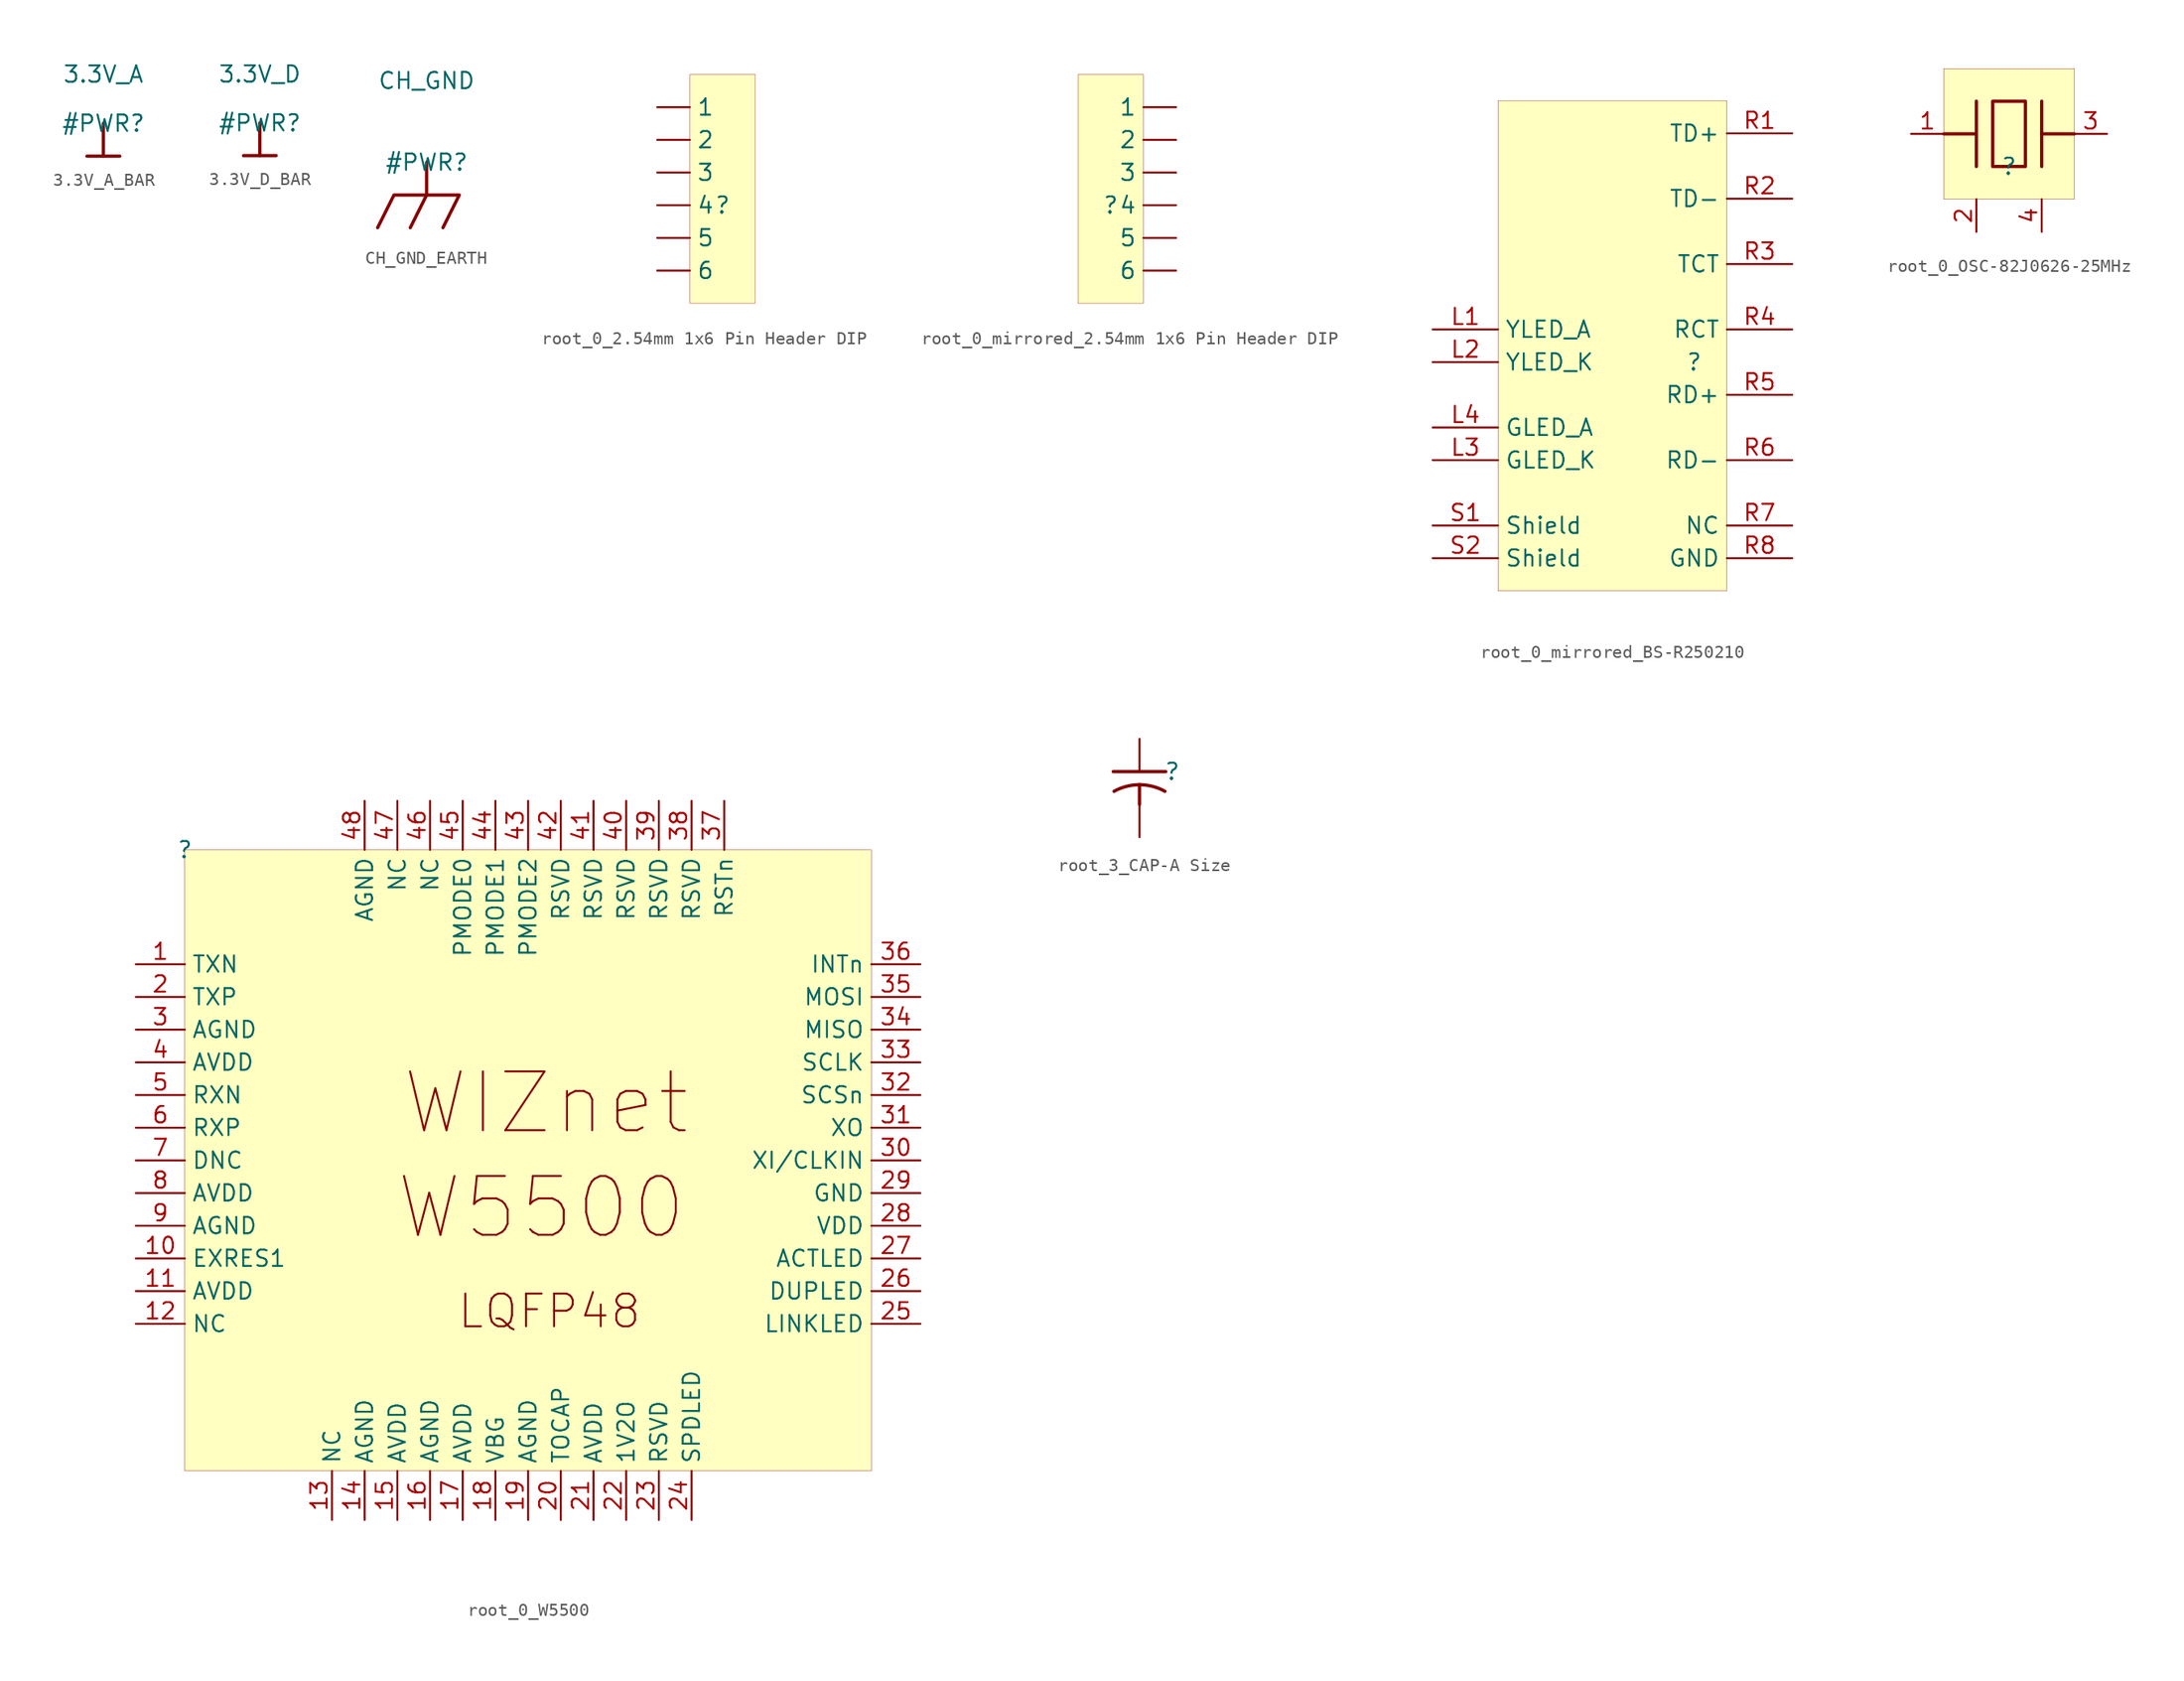
<source format=kicad_sym>
(kicad_symbol_lib
  (version 20231120)
  (generator "kicad_symbol_editor")
  (generator_version "8.0")
  (symbol "3.3V_A_BAR"
    (power)
    (property "Reference" "#PWR"
      (at 0 0 0)
      (effects (font (size 1.27 1.27))))
    (property "Value" "3.3V_A"
      (at 0 3.81 0)
      (effects (font (size 1.27 1.27))))
    (symbol "3.3V_A_BAR_0_0"
      (polyline (pts (xy -1.27 -2.54) (xy 1.27 -2.54)) (stroke (width 0.254) (type solid)) (fill (type none)))
      (polyline (pts (xy 0 0) (xy 0 -2.54)) (stroke (width 0.254) (type solid)) (fill (type none)))
      (pin power_in line (at 0 0 0) (length 0) hide (name "3.3V_A" (effects (font (size 1.27 1.27)))) (number "" (effects (font (size 1.27 1.27)))))))
  (symbol "3.3V_D_BAR"
    (power)
    (property "Reference" "#PWR"
      (at 0 0 0)
      (effects (font (size 1.27 1.27))))
    (property "Value" "3.3V_D"
      (at 0 3.81 0)
      (effects (font (size 1.27 1.27))))
    (symbol "3.3V_D_BAR_0_0"
      (polyline (pts (xy -1.27 -2.54) (xy 1.27 -2.54)) (stroke (width 0.254) (type solid)) (fill (type none)))
      (polyline (pts (xy 0 0) (xy 0 -2.54)) (stroke (width 0.254) (type solid)) (fill (type none)))
      (pin power_in line (at 0 0 0) (length 0) hide (name "3.3V_D" (effects (font (size 1.27 1.27)))) (number "" (effects (font (size 1.27 1.27)))))))
  (symbol "CH_GND_EARTH"
    (power)
    (property "Reference" "#PWR"
      (at 0 0 0)
      (effects (font (size 1.27 1.27))))
    (property "Value" "CH_GND"
      (at 0 6.35 0)
      (effects (font (size 1.27 1.27))))
    (symbol "CH_GND_EARTH_0_0"
      (polyline (pts (xy 0 -2.54) (xy -1.27 -5.08)) (stroke (width 0.254) (type solid)) (fill (type none)))
      (polyline (pts (xy 0 0) (xy 0 -2.54)) (stroke (width 0.254) (type solid)) (fill (type none)))
      (polyline (pts (xy -3.81 -5.08) (xy -2.54 -2.54) (xy 2.54 -2.54) (xy 1.27 -5.08)) (stroke (width 0.254) (type solid)) (fill (type none)))
      (pin power_in line (at 0 0 0) (length 0) hide (name "CH_GND" (effects (font (size 1.27 1.27)))) (number "" (effects (font (size 1.27 1.27)))))))
  (symbol "root_0_2.54mm 1x6 Pin Header DIP"
    (property "Reference" ""
      (at 0 0 0)
      (effects (font (size 1.27 1.27))))
    (property "Value" ""
      (at 0 0 0)
      (effects (font (size 1.27 1.27))))
    (symbol "root_0_2.54mm 1x6 Pin Header DIP_1_0"
      (rectangle (start 2.54 10.16) (end -2.54 -7.62) (stroke (width 0.025) (type solid) (color 128 0 0 1)) (fill (type background)))
      (pin passive line (at -5.08 7.62 0) (length 2.54) (name "1" (effects (font (size 1.27 1.27)))) (number "1" (effects (font (size 0 0)))))
      (pin passive line (at -5.08 5.08 0) (length 2.54) (name "2" (effects (font (size 1.27 1.27)))) (number "2" (effects (font (size 0 0)))))
      (pin passive line (at -5.08 2.54 0) (length 2.54) (name "3" (effects (font (size 1.27 1.27)))) (number "3" (effects (font (size 0 0)))))
      (pin passive line (at -5.08 0 0) (length 2.54) (name "4" (effects (font (size 1.27 1.27)))) (number "4" (effects (font (size 0 0)))))
      (pin passive line (at -5.08 -2.54 0) (length 2.54) (name "5" (effects (font (size 1.27 1.27)))) (number "5" (effects (font (size 0 0)))))
      (pin passive line (at -5.08 -5.08 0) (length 2.54) (name "6" (effects (font (size 1.27 1.27)))) (number "6" (effects (font (size 0 0)))))))
  (symbol "root_0_mirrored_2.54mm 1x6 Pin Header DIP"
    (property "Reference" ""
      (at 0 0 0)
      (effects (font (size 1.27 1.27))))
    (property "Value" ""
      (at 0 0 0)
      (effects (font (size 1.27 1.27))))
    (symbol "root_0_mirrored_2.54mm 1x6 Pin Header DIP_1_0"
      (rectangle (start 2.54 10.16) (end -2.54 -7.62) (stroke (width 0.025) (type solid) (color 128 0 0 1)) (fill (type background)))
      (pin passive line (at 5.08 7.62 180) (length 2.54) (name "1" (effects (font (size 1.27 1.27)))) (number "1" (effects (font (size 0 0)))))
      (pin passive line (at 5.08 5.08 180) (length 2.54) (name "2" (effects (font (size 1.27 1.27)))) (number "2" (effects (font (size 0 0)))))
      (pin passive line (at 5.08 2.54 180) (length 2.54) (name "3" (effects (font (size 1.27 1.27)))) (number "3" (effects (font (size 0 0)))))
      (pin passive line (at 5.08 0 180) (length 2.54) (name "4" (effects (font (size 1.27 1.27)))) (number "4" (effects (font (size 0 0)))))
      (pin passive line (at 5.08 -2.54 180) (length 2.54) (name "5" (effects (font (size 1.27 1.27)))) (number "5" (effects (font (size 0 0)))))
      (pin passive line (at 5.08 -5.08 180) (length 2.54) (name "6" (effects (font (size 1.27 1.27)))) (number "6" (effects (font (size 0 0)))))))
  (symbol "root_0_mirrored_BS-R250210"
    (property "Reference" ""
      (at 0 0 0)
      (effects (font (size 1.27 1.27))))
    (property "Value" ""
      (at 0 0 0)
      (effects (font (size 1.27 1.27))))
    (symbol "root_0_mirrored_BS-R250210_1_0"
      (rectangle (start 2.54 20.32) (end -15.24 -17.78) (stroke (width 0.025) (type solid) (color 128 0 0 1)) (fill (type background)))
      (pin passive line (at -20.32 2.54 0) (length 5.08) (name "YLED_A" (effects (font (size 1.27 1.27)))) (number "L1" (effects (font (size 1.27 1.27)))))
      (pin passive line (at -20.32 0 0) (length 5.08) (name "YLED_K" (effects (font (size 1.27 1.27)))) (number "L2" (effects (font (size 1.27 1.27)))))
      (pin passive line (at -20.32 -7.62 0) (length 5.08) (name "GLED_K" (effects (font (size 1.27 1.27)))) (number "L3" (effects (font (size 1.27 1.27)))))
      (pin passive line (at -20.32 -5.08 0) (length 5.08) (name "GLED_A" (effects (font (size 1.27 1.27)))) (number "L4" (effects (font (size 1.27 1.27)))))
      (pin passive line (at 7.62 17.78 180) (length 5.08) (name "TD+" (effects (font (size 1.27 1.27)))) (number "R1" (effects (font (size 1.27 1.27)))))
      (pin passive line (at 7.62 12.7 180) (length 5.08) (name "TD-" (effects (font (size 1.27 1.27)))) (number "R2" (effects (font (size 1.27 1.27)))))
      (pin passive line (at 7.62 7.62 180) (length 5.08) (name "TCT" (effects (font (size 1.27 1.27)))) (number "R3" (effects (font (size 1.27 1.27)))))
      (pin passive line (at 7.62 2.54 180) (length 5.08) (name "RCT" (effects (font (size 1.27 1.27)))) (number "R4" (effects (font (size 1.27 1.27)))))
      (pin passive line (at 7.62 -2.54 180) (length 5.08) (name "RD+" (effects (font (size 1.27 1.27)))) (number "R5" (effects (font (size 1.27 1.27)))))
      (pin passive line (at 7.62 -7.62 180) (length 5.08) (name "RD-" (effects (font (size 1.27 1.27)))) (number "R6" (effects (font (size 1.27 1.27)))))
      (pin passive line (at 7.62 -12.7 180) (length 5.08) (name "NC" (effects (font (size 1.27 1.27)))) (number "R7" (effects (font (size 1.27 1.27)))))
      (pin passive line (at 7.62 -15.24 180) (length 5.08) (name "GND" (effects (font (size 1.27 1.27)))) (number "R8" (effects (font (size 1.27 1.27)))))
      (pin passive line (at -20.32 -12.7 0) (length 5.08) (name "Shield" (effects (font (size 1.27 1.27)))) (number "S1" (effects (font (size 1.27 1.27)))))
      (pin passive line (at -20.32 -15.24 0) (length 5.08) (name "Shield" (effects (font (size 1.27 1.27)))) (number "S2" (effects (font (size 1.27 1.27)))))))
  (symbol "root_0_OSC-82J0626-25MHz"
    (property "Reference" ""
      (at 0 0 0)
      (effects (font (size 1.27 1.27))))
    (property "Value" ""
      (at 0 0 0)
      (effects (font (size 1.27 1.27))))
    (symbol "root_0_OSC-82J0626-25MHz_1_0"
      (polyline (pts (xy 2.54 2.54) (xy 2.54 0)) (stroke (width 0.254) (type solid)) (fill (type none)))
      (polyline (pts (xy 2.54 2.54) (xy 2.54 5.08)) (stroke (width 0.254) (type solid)) (fill (type none)))
      (polyline (pts (xy 2.54 2.54) (xy 5.08 2.54)) (stroke (width 0.254) (type solid)) (fill (type none)))
      (polyline (pts (xy -5.08 2.54) (xy -2.54 2.54) (xy -2.54 5.08) (xy -2.54 0)) (stroke (width 0.254) (type solid)) (fill (type none)))
      (polyline (pts (xy -1.27 5.08) (xy -1.27 0) (xy 1.27 0) (xy 1.27 5.08) (xy -1.27 5.08)) (stroke (width 0.254) (type solid)) (fill (type none)))
      (rectangle (start 5.08 7.62) (end -5.08 -2.54) (stroke (width 0.025) (type solid) (color 128 0 0 1)) (fill (type background)))
      (pin passive line (at -7.62 2.54 0) (length 2.54) (name "1" (effects (font (size 0 0)))) (number "1" (effects (font (size 1.27 1.27)))))
      (pin passive line (at -2.54 -5.08 90) (length 2.54) (name "2" (effects (font (size 0 0)))) (number "2" (effects (font (size 1.27 1.27)))))
      (pin passive line (at 7.62 2.54 180) (length 2.54) (name "3" (effects (font (size 0 0)))) (number "3" (effects (font (size 1.27 1.27)))))
      (pin passive line (at 2.54 -5.08 90) (length 2.54) (name "4" (effects (font (size 0 0)))) (number "4" (effects (font (size 1.27 1.27)))))))
  (symbol "root_0_W5500"
    (property "Reference" ""
      (at 0 0 0)
      (effects (font (size 1.27 1.27))))
    (property "Value" ""
      (at 0 0 0)
      (effects (font (size 1.27 1.27))))
    (symbol "root_0_W5500_1_0"
      (rectangle (start 53.34 0) (end 0 -48.26) (stroke (width 0.025) (type solid) (color 128 0 0 1)) (fill (type background)))
      (text "LQFP48" (at 35.56 -37.338 0) (effects (font (size 2.54 2.54)) (justify right bottom)))
      (text "W5500" (at 39.116 -30.48 0) (effects (font (size 4.572 4.572)) (justify right bottom)))
      (text "WIZnet" (at 39.37 -22.352 0) (effects (font (size 4.572 4.572)) (justify right bottom)))
      (pin passive line (at -3.81 -8.89 0) (length 3.81) (name "TXN" (effects (font (size 1.27 1.27)))) (number "1" (effects (font (size 1.27 1.27)))))
      (pin passive line (at -3.81 -31.75 0) (length 3.81) (name "EXRES1" (effects (font (size 1.27 1.27)))) (number "10" (effects (font (size 1.27 1.27)))))
      (pin passive line (at -3.81 -34.29 0) (length 3.81) (name "AVDD" (effects (font (size 1.27 1.27)))) (number "11" (effects (font (size 1.27 1.27)))))
      (pin passive line (at -3.81 -36.83 0) (length 3.81) (name "NC" (effects (font (size 1.27 1.27)))) (number "12" (effects (font (size 1.27 1.27)))))
      (pin passive line (at 11.43 -52.07 90) (length 3.81) (name "NC" (effects (font (size 1.27 1.27)))) (number "13" (effects (font (size 1.27 1.27)))))
      (pin passive line (at 13.97 -52.07 90) (length 3.81) (name "AGND" (effects (font (size 1.27 1.27)))) (number "14" (effects (font (size 1.27 1.27)))))
      (pin passive line (at 16.51 -52.07 90) (length 3.81) (name "AVDD" (effects (font (size 1.27 1.27)))) (number "15" (effects (font (size 1.27 1.27)))))
      (pin passive line (at 19.05 -52.07 90) (length 3.81) (name "AGND" (effects (font (size 1.27 1.27)))) (number "16" (effects (font (size 1.27 1.27)))))
      (pin passive line (at 21.59 -52.07 90) (length 3.81) (name "AVDD" (effects (font (size 1.27 1.27)))) (number "17" (effects (font (size 1.27 1.27)))))
      (pin passive line (at 24.13 -52.07 90) (length 3.81) (name "VBG" (effects (font (size 1.27 1.27)))) (number "18" (effects (font (size 1.27 1.27)))))
      (pin passive line (at 26.67 -52.07 90) (length 3.81) (name "AGND" (effects (font (size 1.27 1.27)))) (number "19" (effects (font (size 1.27 1.27)))))
      (pin passive line (at -3.81 -11.43 0) (length 3.81) (name "TXP" (effects (font (size 1.27 1.27)))) (number "2" (effects (font (size 1.27 1.27)))))
      (pin passive line (at 29.21 -52.07 90) (length 3.81) (name "TOCAP" (effects (font (size 1.27 1.27)))) (number "20" (effects (font (size 1.27 1.27)))))
      (pin passive line (at 31.75 -52.07 90) (length 3.81) (name "AVDD" (effects (font (size 1.27 1.27)))) (number "21" (effects (font (size 1.27 1.27)))))
      (pin passive line (at 34.29 -52.07 90) (length 3.81) (name "1V2O" (effects (font (size 1.27 1.27)))) (number "22" (effects (font (size 1.27 1.27)))))
      (pin passive line (at 36.83 -52.07 90) (length 3.81) (name "RSVD" (effects (font (size 1.27 1.27)))) (number "23" (effects (font (size 1.27 1.27)))))
      (pin passive line (at 39.37 -52.07 90) (length 3.81) (name "SPDLED" (effects (font (size 1.27 1.27)))) (number "24" (effects (font (size 1.27 1.27)))))
      (pin passive line (at 57.15 -36.83 180) (length 3.81) (name "LINKLED" (effects (font (size 1.27 1.27)))) (number "25" (effects (font (size 1.27 1.27)))))
      (pin passive line (at 57.15 -34.29 180) (length 3.81) (name "DUPLED" (effects (font (size 1.27 1.27)))) (number "26" (effects (font (size 1.27 1.27)))))
      (pin passive line (at 57.15 -31.75 180) (length 3.81) (name "ACTLED" (effects (font (size 1.27 1.27)))) (number "27" (effects (font (size 1.27 1.27)))))
      (pin passive line (at 57.15 -29.21 180) (length 3.81) (name "VDD" (effects (font (size 1.27 1.27)))) (number "28" (effects (font (size 1.27 1.27)))))
      (pin passive line (at 57.15 -26.67 180) (length 3.81) (name "GND" (effects (font (size 1.27 1.27)))) (number "29" (effects (font (size 1.27 1.27)))))
      (pin passive line (at -3.81 -13.97 0) (length 3.81) (name "AGND" (effects (font (size 1.27 1.27)))) (number "3" (effects (font (size 1.27 1.27)))))
      (pin passive line (at 57.15 -24.13 180) (length 3.81) (name "XI/CLKIN" (effects (font (size 1.27 1.27)))) (number "30" (effects (font (size 1.27 1.27)))))
      (pin passive line (at 57.15 -21.59 180) (length 3.81) (name "XO" (effects (font (size 1.27 1.27)))) (number "31" (effects (font (size 1.27 1.27)))))
      (pin passive line (at 57.15 -19.05 180) (length 3.81) (name "SCSn" (effects (font (size 1.27 1.27)))) (number "32" (effects (font (size 1.27 1.27)))))
      (pin passive line (at 57.15 -16.51 180) (length 3.81) (name "SCLK" (effects (font (size 1.27 1.27)))) (number "33" (effects (font (size 1.27 1.27)))))
      (pin passive line (at 57.15 -13.97 180) (length 3.81) (name "MISO" (effects (font (size 1.27 1.27)))) (number "34" (effects (font (size 1.27 1.27)))))
      (pin passive line (at 57.15 -11.43 180) (length 3.81) (name "MOSI" (effects (font (size 1.27 1.27)))) (number "35" (effects (font (size 1.27 1.27)))))
      (pin passive line (at 57.15 -8.89 180) (length 3.81) (name "INTn" (effects (font (size 1.27 1.27)))) (number "36" (effects (font (size 1.27 1.27)))))
      (pin passive line (at 41.91 3.81 270) (length 3.81) (name "RSTn" (effects (font (size 1.27 1.27)))) (number "37" (effects (font (size 1.27 1.27)))))
      (pin passive line (at 39.37 3.81 270) (length 3.81) (name "RSVD" (effects (font (size 1.27 1.27)))) (number "38" (effects (font (size 1.27 1.27)))))
      (pin passive line (at 36.83 3.81 270) (length 3.81) (name "RSVD" (effects (font (size 1.27 1.27)))) (number "39" (effects (font (size 1.27 1.27)))))
      (pin passive line (at -3.81 -16.51 0) (length 3.81) (name "AVDD" (effects (font (size 1.27 1.27)))) (number "4" (effects (font (size 1.27 1.27)))))
      (pin passive line (at 34.29 3.81 270) (length 3.81) (name "RSVD" (effects (font (size 1.27 1.27)))) (number "40" (effects (font (size 1.27 1.27)))))
      (pin passive line (at 31.75 3.81 270) (length 3.81) (name "RSVD" (effects (font (size 1.27 1.27)))) (number "41" (effects (font (size 1.27 1.27)))))
      (pin passive line (at 29.21 3.81 270) (length 3.81) (name "RSVD" (effects (font (size 1.27 1.27)))) (number "42" (effects (font (size 1.27 1.27)))))
      (pin passive line (at 26.67 3.81 270) (length 3.81) (name "PMODE2" (effects (font (size 1.27 1.27)))) (number "43" (effects (font (size 1.27 1.27)))))
      (pin passive line (at 24.13 3.81 270) (length 3.81) (name "PMODE1" (effects (font (size 1.27 1.27)))) (number "44" (effects (font (size 1.27 1.27)))))
      (pin passive line (at 21.59 3.81 270) (length 3.81) (name "PMODE0" (effects (font (size 1.27 1.27)))) (number "45" (effects (font (size 1.27 1.27)))))
      (pin passive line (at 19.05 3.81 270) (length 3.81) (name "NC" (effects (font (size 1.27 1.27)))) (number "46" (effects (font (size 1.27 1.27)))))
      (pin passive line (at 16.51 3.81 270) (length 3.81) (name "NC" (effects (font (size 1.27 1.27)))) (number "47" (effects (font (size 1.27 1.27)))))
      (pin passive line (at 13.97 3.81 270) (length 3.81) (name "AGND" (effects (font (size 1.27 1.27)))) (number "48" (effects (font (size 1.27 1.27)))))
      (pin passive line (at -3.81 -19.05 0) (length 3.81) (name "RXN" (effects (font (size 1.27 1.27)))) (number "5" (effects (font (size 1.27 1.27)))))
      (pin passive line (at -3.81 -21.59 0) (length 3.81) (name "RXP" (effects (font (size 1.27 1.27)))) (number "6" (effects (font (size 1.27 1.27)))))
      (pin passive line (at -3.81 -24.13 0) (length 3.81) (name "DNC" (effects (font (size 1.27 1.27)))) (number "7" (effects (font (size 1.27 1.27)))))
      (pin passive line (at -3.81 -26.67 0) (length 3.81) (name "AVDD" (effects (font (size 1.27 1.27)))) (number "8" (effects (font (size 1.27 1.27)))))
      (pin passive line (at -3.81 -29.21 0) (length 3.81) (name "AGND" (effects (font (size 1.27 1.27)))) (number "9" (effects (font (size 1.27 1.27)))))))
  (symbol "root_3_CAP-A Size"
    (property "Reference" ""
      (at 0 0 0)
      (effects (font (size 1.27 1.27))))
    (property "Value" ""
      (at 0 0 0)
      (effects (font (size 1.27 1.27))))
    (symbol "root_3_CAP-A Size_1_0"
      (arc (start -2.54 -1.016) (mid -3.5575 -1.1454) (end -4.5103 -1.5255) (stroke (width 0.254) (type solid)) (fill (type none)))
      (arc (start -0.5697 -1.5255) (mid -1.5224 -1.1454) (end -2.54 -1.0159) (stroke (width 0.254) (type solid)) (fill (type none)))
      (polyline (pts (xy -4.572 0) (xy -0.508 0)) (stroke (width 0.254) (type solid)) (fill (type none)))
      (polyline (pts (xy -2.54 -1.016) (xy -2.54 -2.54)) (stroke (width 0.254) (type solid)) (fill (type none)))
      (pin passive line (at -2.54 2.54 270) (length 2.54) (name "1" (effects (font (size 0 0)))) (number "1" (effects (font (size 0 0)))))
      (pin passive line (at -2.54 -5.08 90) (length 2.54) (name "2" (effects (font (size 0 0)))) (number "2" (effects (font (size 0 0))))))))
</source>
